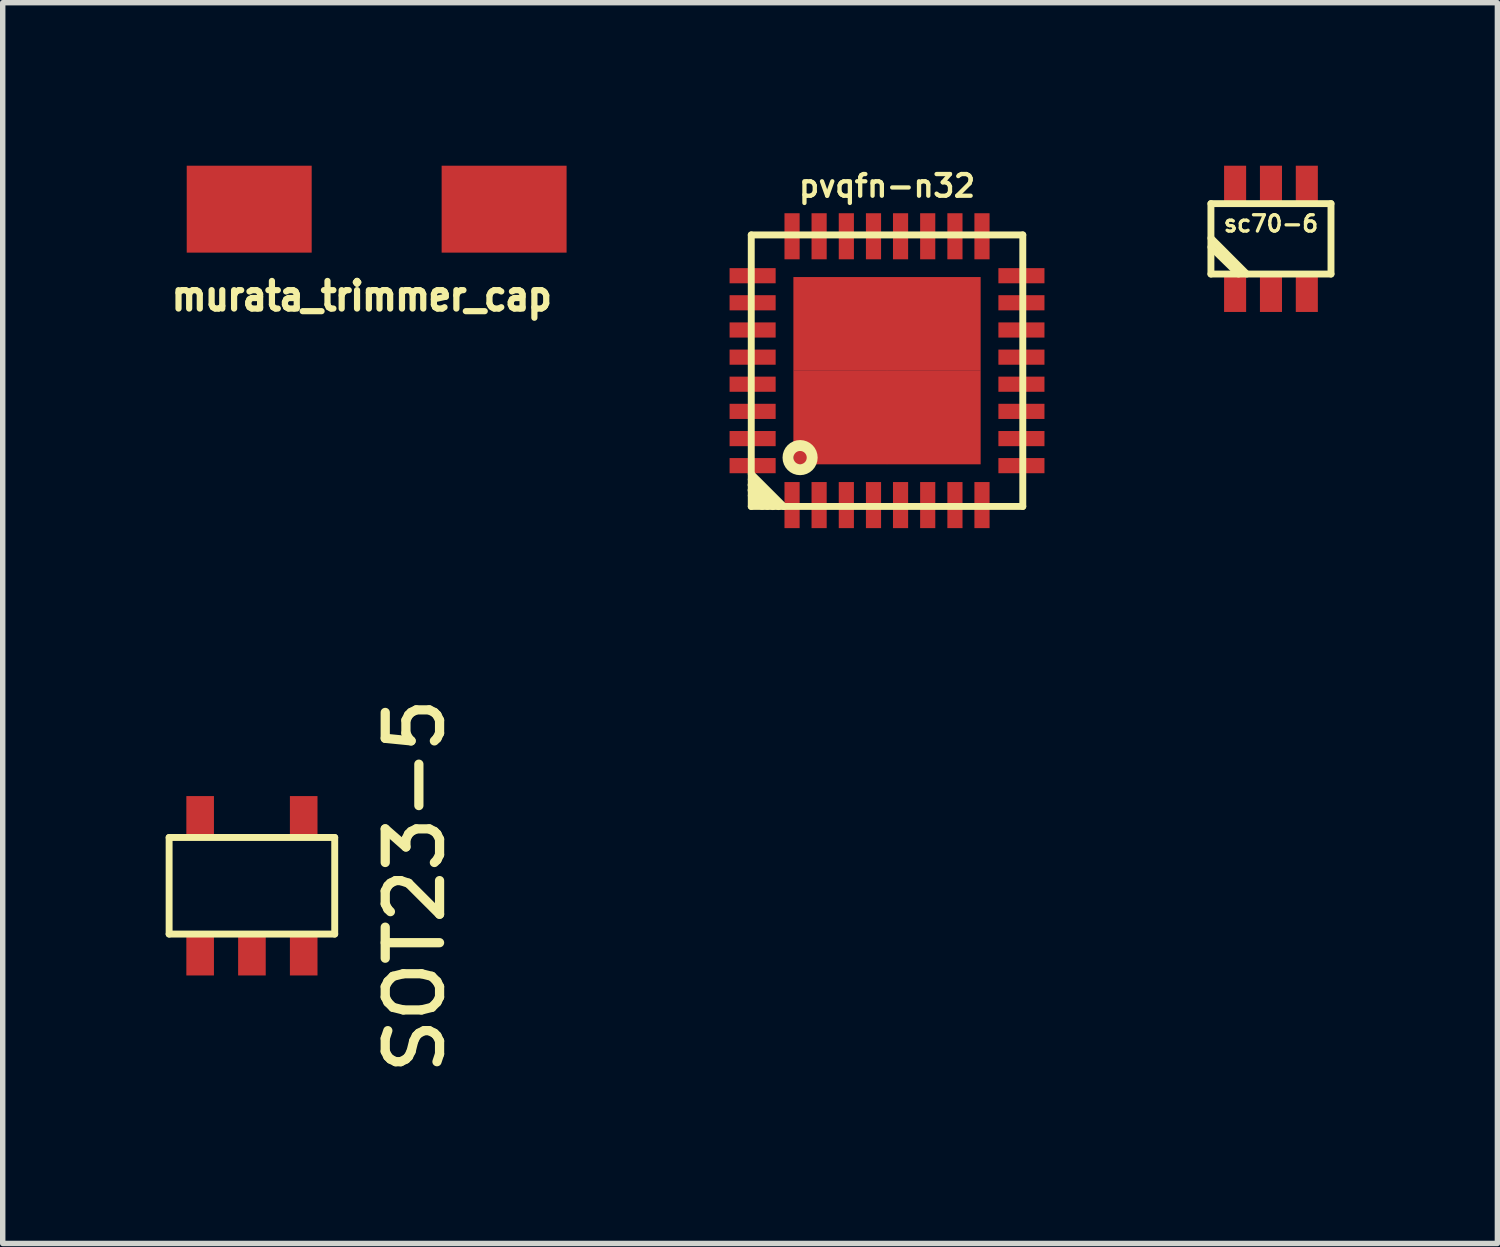
<source format=kicad_pcb>
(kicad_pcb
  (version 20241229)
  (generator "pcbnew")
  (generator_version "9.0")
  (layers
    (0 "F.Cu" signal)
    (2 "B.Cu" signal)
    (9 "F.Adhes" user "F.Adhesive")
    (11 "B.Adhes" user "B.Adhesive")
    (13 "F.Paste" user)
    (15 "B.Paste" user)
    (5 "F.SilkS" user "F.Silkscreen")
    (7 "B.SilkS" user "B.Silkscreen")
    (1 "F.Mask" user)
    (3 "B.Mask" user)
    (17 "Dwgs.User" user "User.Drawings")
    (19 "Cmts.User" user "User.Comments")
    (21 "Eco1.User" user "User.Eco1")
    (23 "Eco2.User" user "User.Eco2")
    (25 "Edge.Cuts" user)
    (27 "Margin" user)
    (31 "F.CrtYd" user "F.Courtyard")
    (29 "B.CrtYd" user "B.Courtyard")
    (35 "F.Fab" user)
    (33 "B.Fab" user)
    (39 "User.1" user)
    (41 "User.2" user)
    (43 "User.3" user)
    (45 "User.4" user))
  (footprint "pvqfn-n32"
    (layer "F.Cu")
    (at 13.277 3.773)
    (property "Reference" "pvqfn-n32" (at 0 -3.401 0) (layer "F.SilkS") (effects (font (size 0.399 0.399) (thickness 0.079))))
    (attr through_hole)
    (fp_line (start -2.502 2.2) (end -2.202 2.499) (stroke (width 0.127) (type solid)) (layer "F.SilkS"))
    (fp_line (start -2.499 -2.499) (end 2.499 -2.499) (stroke (width 0.127) (type solid)) (layer "F.SilkS"))
    (fp_line (start -2.499 2.002) (end -1.999 2.502) (stroke (width 0.127) (type solid)) (layer "F.SilkS"))
    (fp_line (start -2.499 2.499) (end -2.499 -2.499) (stroke (width 0.127) (type solid)) (layer "F.SilkS"))
    (fp_line (start -2.299 2.499) (end -2.499 2.299) (stroke (width 0.127) (type solid)) (layer "F.SilkS"))
    (fp_line (start -2.103 2.502) (end -2.502 2.103) (stroke (width 0.127) (type solid)) (layer "F.SilkS"))
    (fp_line (start -1.9 2.499) (end -2.499 1.9) (stroke (width 0.127) (type solid)) (layer "F.SilkS"))
    (fp_line (start 2.499 -2.499) (end 2.499 2.499) (stroke (width 0.127) (type solid)) (layer "F.SilkS"))
    (fp_line (start 2.499 2.499) (end -2.499 2.499) (stroke (width 0.127) (type solid)) (layer "F.SilkS"))
    (fp_circle (center -1.6 1.6) (end -1.402 1.702) (stroke (width 0.201) (type solid)) (fill no) (layer "F.SilkS"))
    (pad "1" smd rect (at -1.748 2.474) (size 0.279 0.848) (layers "F.Cu" "F.Mask" "F.Paste"))
    (pad "2" smd rect (at -1.25 2.474) (size 0.279 0.848) (layers "F.Cu" "F.Mask" "F.Paste"))
    (pad "3" smd rect (at -0.749 2.474) (size 0.279 0.848) (layers "F.Cu" "F.Mask" "F.Paste"))
    (pad "4" smd rect (at -0.249 2.474) (size 0.279 0.848) (layers "F.Cu" "F.Mask" "F.Paste"))
    (pad "5" smd rect (at 0.249 2.474) (size 0.279 0.848) (layers "F.Cu" "F.Mask" "F.Paste"))
    (pad "6" smd rect (at 0.749 2.474) (size 0.279 0.848) (layers "F.Cu" "F.Mask" "F.Paste"))
    (pad "7" smd rect (at 1.25 2.474) (size 0.279 0.848) (layers "F.Cu" "F.Mask" "F.Paste"))
    (pad "8" smd rect (at 1.748 2.474) (size 0.279 0.848) (layers "F.Cu" "F.Mask" "F.Paste"))
    (pad "9" smd rect (at 2.474 1.748) (size 0.848 0.279) (layers "F.Cu" "F.Mask" "F.Paste"))
    (pad "10" smd rect (at 2.474 1.25) (size 0.848 0.279) (layers "F.Cu" "F.Mask" "F.Paste"))
    (pad "11" smd rect (at 2.474 0.749) (size 0.848 0.279) (layers "F.Cu" "F.Mask" "F.Paste"))
    (pad "12" smd rect (at 2.474 0.249) (size 0.848 0.279) (layers "F.Cu" "F.Mask" "F.Paste"))
    (pad "13" smd rect (at 2.474 -0.249) (size 0.848 0.279) (layers "F.Cu" "F.Mask" "F.Paste"))
    (pad "14" smd rect (at 2.474 -0.749) (size 0.848 0.279) (layers "F.Cu" "F.Mask" "F.Paste"))
    (pad "15" smd rect (at 2.474 -1.25) (size 0.848 0.279) (layers "F.Cu" "F.Mask" "F.Paste"))
    (pad "16" smd rect (at 2.474 -1.748) (size 0.848 0.279) (layers "F.Cu" "F.Mask" "F.Paste"))
    (pad "17" smd rect (at 1.748 -2.474) (size 0.279 0.848) (layers "F.Cu" "F.Mask" "F.Paste"))
    (pad "18" smd rect (at 1.25 -2.474) (size 0.279 0.848) (layers "F.Cu" "F.Mask" "F.Paste"))
    (pad "19" smd rect (at 0.749 -2.474) (size 0.279 0.848) (layers "F.Cu" "F.Mask" "F.Paste"))
    (pad "20" smd rect (at 0.249 -2.474) (size 0.279 0.848) (layers "F.Cu" "F.Mask" "F.Paste"))
    (pad "21" smd rect (at -0.249 -2.474) (size 0.279 0.848) (layers "F.Cu" "F.Mask" "F.Paste"))
    (pad "22" smd rect (at -0.749 -2.474) (size 0.279 0.848) (layers "F.Cu" "F.Mask" "F.Paste"))
    (pad "23" smd rect (at -1.25 -2.474) (size 0.279 0.848) (layers "F.Cu" "F.Mask" "F.Paste"))
    (pad "24" smd rect (at -1.748 -2.474) (size 0.279 0.848) (layers "F.Cu" "F.Mask" "F.Paste"))
    (pad "25" smd rect (at -2.474 -1.748) (size 0.848 0.279) (layers "F.Cu" "F.Mask" "F.Paste"))
    (pad "26" smd rect (at -2.474 -1.25) (size 0.848 0.279) (layers "F.Cu" "F.Mask" "F.Paste"))
    (pad "27" smd rect (at -2.474 -0.749) (size 0.848 0.279) (layers "F.Cu" "F.Mask" "F.Paste"))
    (pad "28" smd rect (at -2.474 -0.249) (size 0.848 0.279) (layers "F.Cu" "F.Mask" "F.Paste"))
    (pad "29" smd rect (at -2.474 0.249) (size 0.848 0.279) (layers "F.Cu" "F.Mask" "F.Paste"))
    (pad "30" smd rect (at -2.474 0.749) (size 0.848 0.279) (layers "F.Cu" "F.Mask" "F.Paste"))
    (pad "31" smd rect (at -2.474 1.25) (size 0.848 0.279) (layers "F.Cu" "F.Mask" "F.Paste"))
    (pad "32" smd rect (at -2.474 1.748) (size 0.848 0.279) (layers "F.Cu" "F.Mask" "F.Paste"))
    (pad "33" smd rect (at -0.861 -0.861) (size 1.725 1.725) (layers "F.Cu" "F.Mask" "F.Paste"))
    (pad "33" smd rect (at -0.861 0.861) (size 1.725 1.725) (layers "F.Cu" "F.Mask" "F.Paste"))
    (pad "33" smd rect (at 0.861 -0.861) (size 1.725 1.725) (layers "F.Cu" "F.Mask" "F.Paste"))
    (pad "33" smd rect (at 0.861 0.861) (size 1.725 1.725) (layers "F.Cu" "F.Mask" "F.Paste")))
  (footprint "murata_trimmer_cap"
    (layer "F.Cu")
    (at 0.989 0.8)
    (property "Reference" "murata_trimmer_cap" (at 2.62 1.6 0) (layer "F.SilkS") (effects (font (size 0.508 0.457) (thickness 0.114))))
    (attr smd)
    (pad "1" smd rect (at 0.548 0) (size 2.3 1.6) (layers "F.Cu" "F.Mask" "F.Paste"))
    (pad "2" smd rect (at 5.24 0) (size 2.3 1.6) (layers "F.Cu" "F.Mask" "F.Paste")))
  (footprint "SOT23-5"
    (layer "F.Cu")
    (at 1.587 13.254)
    (property "Reference" "SOT23-5" (at 3 0 90) (layer "F.SilkS") (effects (font (size 1 1) (thickness 0.17))))
    (attr smd)
    (fp_line (start -1.524 -0.889) (end 1.524 -0.889) (stroke (width 0.127) (type solid)) (layer "F.SilkS"))
    (fp_line (start -1.524 0.889) (end -1.524 -0.889) (stroke (width 0.127) (type solid)) (layer "F.SilkS"))
    (fp_line (start 1.524 -0.889) (end 1.524 0.889) (stroke (width 0.127) (type solid)) (layer "F.SilkS"))
    (fp_line (start 1.524 0.889) (end -1.524 0.889) (stroke (width 0.127) (type solid)) (layer "F.SilkS"))
    (pad "1" smd rect (at -0.953 1.27) (size 0.508 0.762) (layers "F.Cu" "F.Mask" "F.Paste"))
    (pad "2" smd rect (at 0 1.27) (size 0.508 0.762) (layers "F.Cu" "F.Mask" "F.Paste"))
    (pad "3" smd rect (at 0.953 1.27) (size 0.508 0.762) (layers "F.Cu" "F.Mask" "F.Paste"))
    (pad "4" smd rect (at 0.953 -1.27) (size 0.508 0.762) (layers "F.Cu" "F.Mask" "F.Paste"))
    (pad "5" smd rect (at -0.953 -1.27) (size 0.508 0.762) (layers "F.Cu" "F.Mask" "F.Paste")))
  (footprint "sc70-6"
    (layer "F.Cu")
    (at 20.344 1.346)
    (property "Reference" "sc70-6" (at 0 -0.279 0) (layer "F.SilkS") (effects (font (size 0.3 0.3) (thickness 0.061))))
    (attr smd)
    (fp_line (start -1.105 -0.648) (end 1.105 -0.648) (stroke (width 0.127) (type solid)) (layer "F.SilkS"))
    (fp_line (start -1.105 0.648) (end -1.105 -0.648) (stroke (width 0.127) (type solid)) (layer "F.SilkS"))
    (fp_line (start -0.597 0.648) (end -1.105 0.152) (stroke (width 0.127) (type solid)) (layer "F.SilkS"))
    (fp_line (start -0.445 0.648) (end -1.105 -0.013) (stroke (width 0.127) (type solid)) (layer "F.SilkS"))
    (fp_line (start 1.105 -0.648) (end 1.105 0.648) (stroke (width 0.127) (type solid)) (layer "F.SilkS"))
    (fp_line (start 1.105 0.648) (end -1.105 0.648) (stroke (width 0.127) (type solid)) (layer "F.SilkS"))
    (pad "1" smd rect (at -0.66 1.016) (size 0.406 0.66) (layers "F.Cu" "F.Mask" "F.Paste"))
    (pad "2" smd rect (at 0 1.016) (size 0.406 0.66) (layers "F.Cu" "F.Mask" "F.Paste"))
    (pad "3" smd rect (at 0.66 1.016) (size 0.406 0.66) (layers "F.Cu" "F.Mask" "F.Paste"))
    (pad "4" smd rect (at 0.66 -1.016) (size 0.406 0.66) (layers "F.Cu" "F.Mask" "F.Paste"))
    (pad "5" smd rect (at 0 -1.016) (size 0.406 0.66) (layers "F.Cu" "F.Mask" "F.Paste"))
    (pad "6" smd rect (at -0.66 -1.016) (size 0.406 0.66) (layers "F.Cu" "F.Mask" "F.Paste")))
  (gr_rect
    (start -3 -3)
    (end 24.512 19.838)
    (stroke (width 0.1) (type default))
    (fill no)
    (layer "Edge.Cuts")))
</source>
